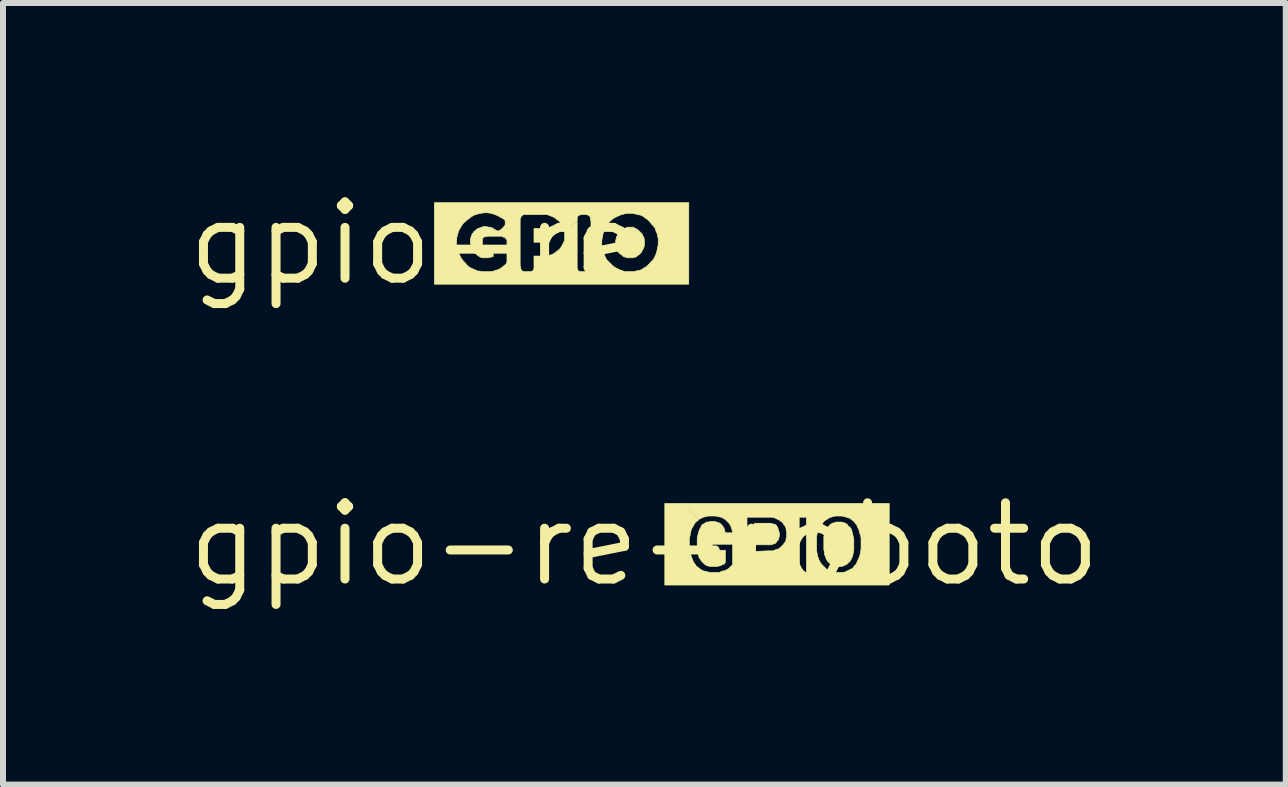
<source format=kicad_pcb>
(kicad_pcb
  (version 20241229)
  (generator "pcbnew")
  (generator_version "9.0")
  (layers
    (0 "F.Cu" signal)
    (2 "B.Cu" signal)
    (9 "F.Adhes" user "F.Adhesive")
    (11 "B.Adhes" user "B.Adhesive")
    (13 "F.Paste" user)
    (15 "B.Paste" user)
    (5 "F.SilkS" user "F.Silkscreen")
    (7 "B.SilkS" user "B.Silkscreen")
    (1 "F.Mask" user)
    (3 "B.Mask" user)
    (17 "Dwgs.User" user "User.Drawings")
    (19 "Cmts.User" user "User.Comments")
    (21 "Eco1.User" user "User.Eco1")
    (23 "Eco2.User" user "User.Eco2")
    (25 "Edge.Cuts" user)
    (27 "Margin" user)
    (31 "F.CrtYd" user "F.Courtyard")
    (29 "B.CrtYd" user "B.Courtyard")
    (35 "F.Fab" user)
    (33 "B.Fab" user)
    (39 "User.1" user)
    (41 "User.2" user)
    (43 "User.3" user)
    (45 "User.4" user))
  (footprint "gpio-re-roboto"
    (layer "F.Cu")
    (at 7.688 6.019)
    (property "Reference" "gpio-re-roboto" (at 0 0 0) (layer "F.SilkS") (effects (font (size 1.27 1.27) (thickness 0.15))))
    (attr board_only exclude_from_pos_files exclude_from_bom)
    (fp_poly (pts (xy 1.83 0.01) (xy 2.05 0.01) (xy 2.08 0.01) (xy 2.11 0.01) (xy 2.14 0) (xy 2.17 -0.01) (xy 2.19 -0.02) (xy 2.21 -0.05) (xy 2.23 -0.07) (xy 2.24 -0.1) (xy 2.25 -0.14) (xy 2.25 -0.18) (xy 2.24 -0.22) (xy 2.23 -0.25) (xy 2.22 -0.28) (xy 2.19 -0.3) (xy 2.17 -0.32) (xy 2.13 -0.34) (xy 2.09 -0.35) (xy 2.05 -0.35) (xy 1.83 -0.35) (xy 1.83 0.01)) (stroke (width 0.01) (type solid)) (fill yes) (layer "F.SilkS"))
    (fp_poly (pts (xy 3.49 -0.03) (xy 3.49 -0.08) (xy 3.48 -0.13) (xy 3.47 -0.17) (xy 3.46 -0.21) (xy 3.45 -0.25) (xy 3.43 -0.28) (xy 3.4 -0.3) (xy 3.38 -0.33) (xy 3.35 -0.35) (xy 3.32 -0.36) (xy 3.28 -0.37) (xy 3.24 -0.37) (xy 3.2 -0.37) (xy 3.17 -0.36) (xy 3.13 -0.35) (xy 3.1 -0.33) (xy 3.08 -0.31) (xy 3.06 -0.29) (xy 3.04 -0.26) (xy 3.03 -0.24) (xy 3.01 -0.2) (xy 3 -0.17) (xy 2.99 -0.13) (xy 2.99 -0.09) (xy 2.99 -0.05) (xy 2.99 0.05) (xy 2.99 0.09) (xy 3 0.13) (xy 3 0.17) (xy 3.02 0.21) (xy 3.03 0.25) (xy 3.05 0.28) (xy 3.08 0.31) (xy 3.11 0.34) (xy 3.15 0.36) (xy 3.19 0.37) (xy 3.22 0.37) (xy 3.24 0.37) (xy 3.27 0.37) (xy 3.29 0.37) (xy 3.32 0.36) (xy 3.34 0.35) (xy 3.36 0.34) (xy 3.38 0.33) (xy 3.4 0.31) (xy 3.43 0.28) (xy 3.45 0.24) (xy 3.47 0.2) (xy 3.48 0.15) (xy 3.49 0.1) (xy 3.49 0.05) (xy 3.49 -0.03)) (stroke (width 0.01) (type solid)) (fill yes) (layer "F.SilkS"))
    (fp_poly (pts (xy 0.68 -0.68) (xy 0.34 -0.68) (xy 0.34 0.68) (xy 4.08 0.68) (xy 4.08 -0.68) (xy 0.68 -0.68) (xy 0.9 -0.41) (xy 0.94 -0.43) (xy 0.98 -0.45) (xy 1.02 -0.46) (xy 1.07 -0.47) (xy 1.12 -0.47) (xy 1.18 -0.47) (xy 1.23 -0.46) (xy 1.28 -0.45) (xy 1.32 -0.43) (xy 1.35 -0.41) (xy 1.38 -0.38) (xy 1.41 -0.35) (xy 1.43 -0.32) (xy 1.45 -0.28) (xy 1.46 -0.24) (xy 1.47 -0.19) (xy 1.35 -0.19) (xy 1.34 -0.22) (xy 1.33 -0.26) (xy 1.32 -0.28) (xy 1.3 -0.31) (xy 1.28 -0.33) (xy 1.26 -0.35) (xy 1.23 -0.36) (xy 1.2 -0.37) (xy 1.17 -0.38) (xy 1.14 -0.38) (xy 1.1 -0.38) (xy 1.07 -0.37) (xy 1.04 -0.37) (xy 1.02 -0.36) (xy 0.99 -0.34) (xy 0.97 -0.33) (xy 0.95 -0.31) (xy 0.94 -0.28) (xy 0.92 -0.25) (xy 0.91 -0.22) (xy 0.9 -0.19) (xy 0.89 -0.15) (xy 0.88 -0.11) (xy 0.88 -0.07) (xy 0.88 0.06) (xy 0.88 0.1) (xy 0.89 0.14) (xy 0.9 0.18) (xy 0.91 0.22) (xy 0.93 0.25) (xy 0.95 0.28) (xy 0.98 0.31) (xy 1.01 0.34) (xy 1.05 0.36) (xy 1.09 0.37) (xy 1.14 0.37) (xy 1.21 0.37) (xy 1.26 0.36) (xy 1.28 0.35) (xy 1.3 0.34) (xy 1.33 0.33) (xy 1.35 0.3) (xy 1.35 0.1) (xy 1.13 0.1) (xy 1.13 0) (xy 1.47 0) (xy 1.47 0.34) (xy 1.71 0.47) (xy 1.71 -0.45) (xy 2.05 -0.45) (xy 2.12 -0.45) (xy 2.17 -0.44) (xy 2.21 -0.42) (xy 2.25 -0.4) (xy 2.29 -0.37) (xy 2.31 -0.35) (xy 2.32 -0.33) (xy 2.34 -0.31) (xy 2.58 -0.45) (xy 2.7 -0.45) (xy 2.95 -0.32) (xy 2.97 -0.35) (xy 2.99 -0.38) (xy 3.02 -0.4) (xy 3.05 -0.42) (xy 3.08 -0.44) (xy 3.11 -0.45) (xy 3.14 -0.46) (xy 3.18 -0.47) (xy 3.22 -0.47) (xy 3.26 -0.47) (xy 3.29 -0.47) (xy 3.33 -0.46) (xy 3.37 -0.45) (xy 3.4 -0.44) (xy 3.43 -0.43) (xy 3.45 -0.41) (xy 3.48 -0.39) (xy 3.5 -0.37) (xy 3.52 -0.34) (xy 3.54 -0.32) (xy 3.55 -0.29) (xy 3.57 -0.25) (xy 3.58 -0.22) (xy 3.59 -0.18) (xy 3.6 -0.15) (xy 3.61 -0.11) (xy 3.61 -0.07) (xy 3.61 0.03) (xy 3.61 0.08) (xy 3.6 0.14) (xy 3.59 0.19) (xy 3.57 0.24) (xy 3.55 0.28) (xy 3.53 0.33) (xy 3.5 0.36) (xy 3.47 0.4) (xy 3.43 0.42) (xy 3.39 0.44) (xy 3.35 0.46) (xy 3.31 0.47) (xy 3.26 0.47) (xy 3.21 0.47) (xy 3.16 0.47) (xy 3.12 0.45) (xy 3.08 0.44) (xy 3.04 0.42) (xy 3.01 0.39) (xy 2.98 0.36) (xy 2.95 0.33) (xy 2.93 0.3) (xy 2.91 0.26) (xy 2.89 0.21) (xy 2.88 0.16) (xy 2.87 0.11) (xy 2.87 0.05) (xy 2.87 -0.03) (xy 2.87 -0.08) (xy 2.87 -0.13) (xy 2.88 -0.18) (xy 2.89 -0.22) (xy 2.91 -0.26) (xy 2.93 -0.29) (xy 2.95 -0.32) (xy 2.7 -0.45) (xy 2.7 0.47) (xy 2.58 0.47) (xy 2.58 -0.45) (xy 2.34 -0.31) (xy 2.35 -0.29) (xy 2.36 -0.27) (xy 2.36 -0.24) (xy 2.37 -0.21) (xy 2.37 -0.18) (xy 2.37 -0.15) (xy 2.37 -0.12) (xy 2.36 -0.09) (xy 2.36 -0.07) (xy 2.35 -0.04) (xy 2.33 -0.02) (xy 2.32 0) (xy 2.3 0.02) (xy 2.27 0.05) (xy 2.23 0.08) (xy 2.19 0.09) (xy 2.14 0.11) (xy 2.1 0.11) (xy 2.06 0.11) (xy 1.83 0.12) (xy 1.83 0.47) (xy 1.71 0.47) (xy 1.47 0.34) (xy 1.44 0.37) (xy 1.41 0.4) (xy 1.38 0.42) (xy 1.34 0.44) (xy 1.29 0.45) (xy 1.25 0.47) (xy 1.19 0.47) (xy 1.14 0.47) (xy 1.09 0.47) (xy 1.05 0.46) (xy 1.01 0.45) (xy 0.97 0.44) (xy 0.94 0.42) (xy 0.9 0.39) (xy 0.87 0.37) (xy 0.85 0.34) (xy 0.82 0.3) (xy 0.8 0.25) (xy 0.78 0.2) (xy 0.77 0.15) (xy 0.76 0.1) (xy 0.75 0.04) (xy 0.75 -0.05) (xy 0.75 -0.09) (xy 0.76 -0.14) (xy 0.77 -0.19) (xy 0.78 -0.24) (xy 0.8 -0.28) (xy 0.82 -0.31) (xy 0.84 -0.35) (xy 0.87 -0.38) (xy 0.9 -0.4) (xy 0.68 -0.68)) (stroke (width 0.01) (type solid)) (fill yes) (layer "F.SilkS")))
  (footprint "gpio-re"
    (layer "F.Cu")
    (at 3.848 1.006)
    (property "Reference" "gpio-re" (at 0 0 0) (layer "F.SilkS") (effects (font (size 1.27 1.27) (thickness 0.15))))
    (attr board_only exclude_from_pos_files exclude_from_bom)
    (fp_poly (pts (xy 2.21 -0.02) (xy 2.25 -0.05) (xy 2.26 -0.06) (xy 2.27 -0.08) (xy 2.28 -0.1) (xy 2.28 -0.13) (xy 2.28 -0.16) (xy 2.27 -0.19) (xy 2.26 -0.21) (xy 2.24 -0.22) (xy 2.22 -0.24) (xy 2.2 -0.24) (xy 2.18 -0.25) (xy 2.17 -0.25) (xy 2 -0.25) (xy 2 -0.02) (xy 2.21 -0.02)) (stroke (width 0.01) (type solid)) (fill yes) (layer "F.SilkS"))
    (fp_poly (pts (xy 3.36 0.1) (xy 3.44 0.18) (xy 3.46 0.19) (xy 3.49 0.22) (xy 3.53 0.23) (xy 3.55 0.24) (xy 3.58 0.24) (xy 3.6 0.24) (xy 3.62 0.24) (xy 3.65 0.24) (xy 3.67 0.23) (xy 3.69 0.23) (xy 3.71 0.22) (xy 3.73 0.2) (xy 3.75 0.19) (xy 3.77 0.17) (xy 3.79 0.15) (xy 3.8 0.13) (xy 3.81 0.11) (xy 3.82 0.09) (xy 3.83 0.07) (xy 3.84 0.04) (xy 3.84 0.02) (xy 3.84 -0.01) (xy 3.84 -0.04) (xy 3.84 -0.07) (xy 3.83 -0.1) (xy 3.82 -0.12) (xy 3.81 -0.14) (xy 3.8 -0.16) (xy 3.78 -0.18) (xy 3.75 -0.21) (xy 3.71 -0.24) (xy 3.69 -0.25) (xy 3.67 -0.26) (xy 3.65 -0.27) (xy 3.62 -0.27) (xy 3.6 -0.27) (xy 3.58 -0.27) (xy 3.56 -0.27) (xy 3.53 -0.26) (xy 3.49 -0.24) (xy 3.46 -0.22) (xy 3.42 -0.19) (xy 3.4 -0.15) (xy 3.38 -0.12) (xy 3.37 -0.08) (xy 3.36 -0.04) (xy 3.36 0.1)) (stroke (width 0.01) (type solid)) (fill yes) (layer "F.SilkS"))
    (fp_poly (pts (xy 0.68 -0.68) (xy 0.34 -0.68) (xy 0.34 0.68) (xy 4.58 0.68) (xy 4.58 -0.68) (xy 0.68 -0.68) (xy 0.9 -0.4) (xy 0.95 -0.44) (xy 1 -0.47) (xy 1.06 -0.49) (xy 1.11 -0.5) (xy 1.17 -0.51) (xy 1.23 -0.51) (xy 1.29 -0.5) (xy 1.35 -0.48) (xy 1.4 -0.46) (xy 1.45 -0.43) (xy 1.49 -0.41) (xy 1.5 -0.4) (xy 1.52 -0.38) (xy 1.52 -0.36) (xy 1.52 -0.34) (xy 1.52 -0.31) (xy 1.5 -0.28) (xy 1.48 -0.26) (xy 1.45 -0.23) (xy 1.43 -0.22) (xy 1.42 -0.21) (xy 1.4 -0.21) (xy 1.38 -0.21) (xy 1.35 -0.23) (xy 1.3 -0.26) (xy 1.27 -0.27) (xy 1.25 -0.27) (xy 1.2 -0.28) (xy 1.15 -0.28) (xy 1.13 -0.27) (xy 1.1 -0.26) (xy 1.07 -0.25) (xy 1.05 -0.24) (xy 1.03 -0.22) (xy 1 -0.2) (xy 0.99 -0.18) (xy 0.97 -0.16) (xy 0.96 -0.13) (xy 0.95 -0.1) (xy 0.94 -0.07) (xy 0.94 -0.04) (xy 0.94 -0.01) (xy 0.95 0.02) (xy 0.95 0.05) (xy 0.96 0.08) (xy 0.98 0.11) (xy 0.99 0.14) (xy 1.01 0.16) (xy 1.04 0.18) (xy 1.06 0.2) (xy 1.09 0.22) (xy 1.11 0.23) (xy 1.14 0.24) (xy 1.18 0.24) (xy 1.23 0.24) (xy 1.28 0.23) (xy 1.32 0.22) (xy 1.32 0.07) (xy 1.21 0.07) (xy 1.18 0.07) (xy 1.17 0.07) (xy 1.16 0.06) (xy 1.15 0.05) (xy 1.14 0.04) (xy 1.14 0.01) (xy 1.14 -0.04) (xy 1.14 -0.06) (xy 1.15 -0.09) (xy 1.16 -0.1) (xy 1.18 -0.11) (xy 1.2 -0.11) (xy 1.23 -0.12) (xy 1.46 -0.12) (xy 1.48 -0.11) (xy 1.5 -0.1) (xy 1.52 -0.1) (xy 1.53 -0.08) (xy 1.54 -0.07) (xy 1.55 -0.06) (xy 1.55 -0.04) (xy 1.55 -0.02) (xy 1.55 0.29) (xy 1.55 0.31) (xy 1.77 0.37) (xy 1.77 -0.41) (xy 1.78 -0.42) (xy 1.78 -0.43) (xy 1.79 -0.45) (xy 1.8 -0.46) (xy 1.81 -0.47) (xy 1.83 -0.48) (xy 1.85 -0.48) (xy 1.89 -0.48) (xy 2.18 -0.48) (xy 2.22 -0.48) (xy 2.27 -0.46) (xy 2.3 -0.45) (xy 2.34 -0.43) (xy 2.38 -0.4) (xy 2.42 -0.37) (xy 2.44 -0.34) (xy 2.46 -0.31) (xy 2.51 -0.22) (xy 2.72 -0.37) (xy 2.72 -0.41) (xy 2.72 -0.43) (xy 2.73 -0.45) (xy 2.74 -0.46) (xy 2.75 -0.47) (xy 2.76 -0.47) (xy 2.79 -0.48) (xy 2.82 -0.48) (xy 2.85 -0.48) (xy 2.88 -0.48) (xy 2.9 -0.47) (xy 2.92 -0.46) (xy 2.93 -0.45) (xy 2.94 -0.43) (xy 2.94 -0.4) (xy 2.95 -0.37) (xy 3.18 -0.24) (xy 3.2 -0.28) (xy 3.23 -0.32) (xy 3.25 -0.35) (xy 3.29 -0.39) (xy 3.33 -0.42) (xy 3.37 -0.44) (xy 3.41 -0.46) (xy 3.46 -0.48) (xy 3.5 -0.49) (xy 3.55 -0.5) (xy 3.6 -0.5) (xy 3.64 -0.5) (xy 3.69 -0.49) (xy 3.73 -0.48) (xy 3.78 -0.47) (xy 3.82 -0.45) (xy 3.86 -0.42) (xy 3.9 -0.39) (xy 3.93 -0.36) (xy 3.96 -0.32) (xy 3.99 -0.29) (xy 4.02 -0.25) (xy 4.03 -0.21) (xy 4.05 -0.17) (xy 4.06 -0.12) (xy 4.07 -0.08) (xy 4.07 -0.03) (xy 4.07 0.02) (xy 4.06 0.07) (xy 4.05 0.12) (xy 4.04 0.16) (xy 4.02 0.21) (xy 4 0.25) (xy 3.97 0.29) (xy 3.94 0.32) (xy 3.9 0.36) (xy 3.87 0.39) (xy 3.83 0.41) (xy 3.79 0.44) (xy 3.75 0.45) (xy 3.7 0.46) (xy 3.66 0.47) (xy 3.61 0.47) (xy 3.56 0.47) (xy 3.52 0.47) (xy 3.47 0.46) (xy 3.43 0.44) (xy 3.39 0.42) (xy 3.35 0.4) (xy 3.31 0.37) (xy 3.28 0.34) (xy 3.24 0.3) (xy 3.21 0.27) (xy 3.19 0.23) (xy 3.17 0.18) (xy 3.15 0.14) (xy 3.14 0.1) (xy 3.13 0.05) (xy 3.13 0) (xy 3.13 -0.05) (xy 3.14 -0.1) (xy 3.15 -0.15) (xy 3.16 -0.19) (xy 3.18 -0.24) (xy 2.95 -0.37) (xy 2.95 0.39) (xy 2.94 0.41) (xy 2.93 0.44) (xy 2.92 0.45) (xy 2.91 0.46) (xy 2.88 0.47) (xy 2.85 0.47) (xy 2.82 0.47) (xy 2.79 0.47) (xy 2.77 0.47) (xy 2.75 0.46) (xy 2.73 0.45) (xy 2.73 0.43) (xy 2.72 0.42) (xy 2.72 0.39) (xy 2.72 0.36) (xy 2.72 -0.36) (xy 2.51 -0.22) (xy 2.51 -0.1) (xy 2.51 -0.06) (xy 2.5 -0.03) (xy 2.48 0.01) (xy 2.46 0.05) (xy 2.44 0.08) (xy 2.41 0.11) (xy 2.37 0.14) (xy 2.33 0.17) (xy 2.29 0.19) (xy 2.24 0.2) (xy 2.21 0.21) (xy 2.18 0.21) (xy 2 0.21) (xy 2 0.38) (xy 2 0.42) (xy 1.99 0.44) (xy 1.99 0.45) (xy 1.97 0.46) (xy 1.95 0.47) (xy 1.92 0.47) (xy 1.89 0.47) (xy 1.86 0.47) (xy 1.83 0.47) (xy 1.81 0.46) (xy 1.79 0.45) (xy 1.79 0.44) (xy 1.78 0.42) (xy 1.78 0.4) (xy 1.77 0.37) (xy 1.55 0.31) (xy 1.54 0.33) (xy 1.53 0.35) (xy 1.5 0.37) (xy 1.48 0.39) (xy 1.45 0.41) (xy 1.42 0.43) (xy 1.39 0.44) (xy 1.36 0.45) (xy 1.33 0.46) (xy 1.29 0.47) (xy 1.25 0.47) (xy 1.2 0.47) (xy 1.17 0.47) (xy 1.13 0.47) (xy 1.09 0.46) (xy 1.06 0.46) (xy 1.02 0.44) (xy 0.97 0.42) (xy 0.93 0.4) (xy 0.89 0.37) (xy 0.86 0.33) (xy 0.82 0.29) (xy 0.79 0.25) (xy 0.77 0.21) (xy 0.75 0.17) (xy 0.73 0.13) (xy 0.72 0.08) (xy 0.71 0.03) (xy 0.71 -0.02) (xy 0.71 -0.07) (xy 0.72 -0.12) (xy 0.73 -0.16) (xy 0.75 -0.22) (xy 0.78 -0.27) (xy 0.81 -0.32) (xy 0.85 -0.36) (xy 0.9 -0.4) (xy 0.68 -0.68)) (stroke (width 0.01) (type solid)) (fill yes) (layer "F.SilkS")))
  (gr_rect
    (start -3 -3)
    (end 18.376 10.025)
    (stroke (width 0.1) (type default))
    (fill no)
    (layer "Edge.Cuts")))
</source>
